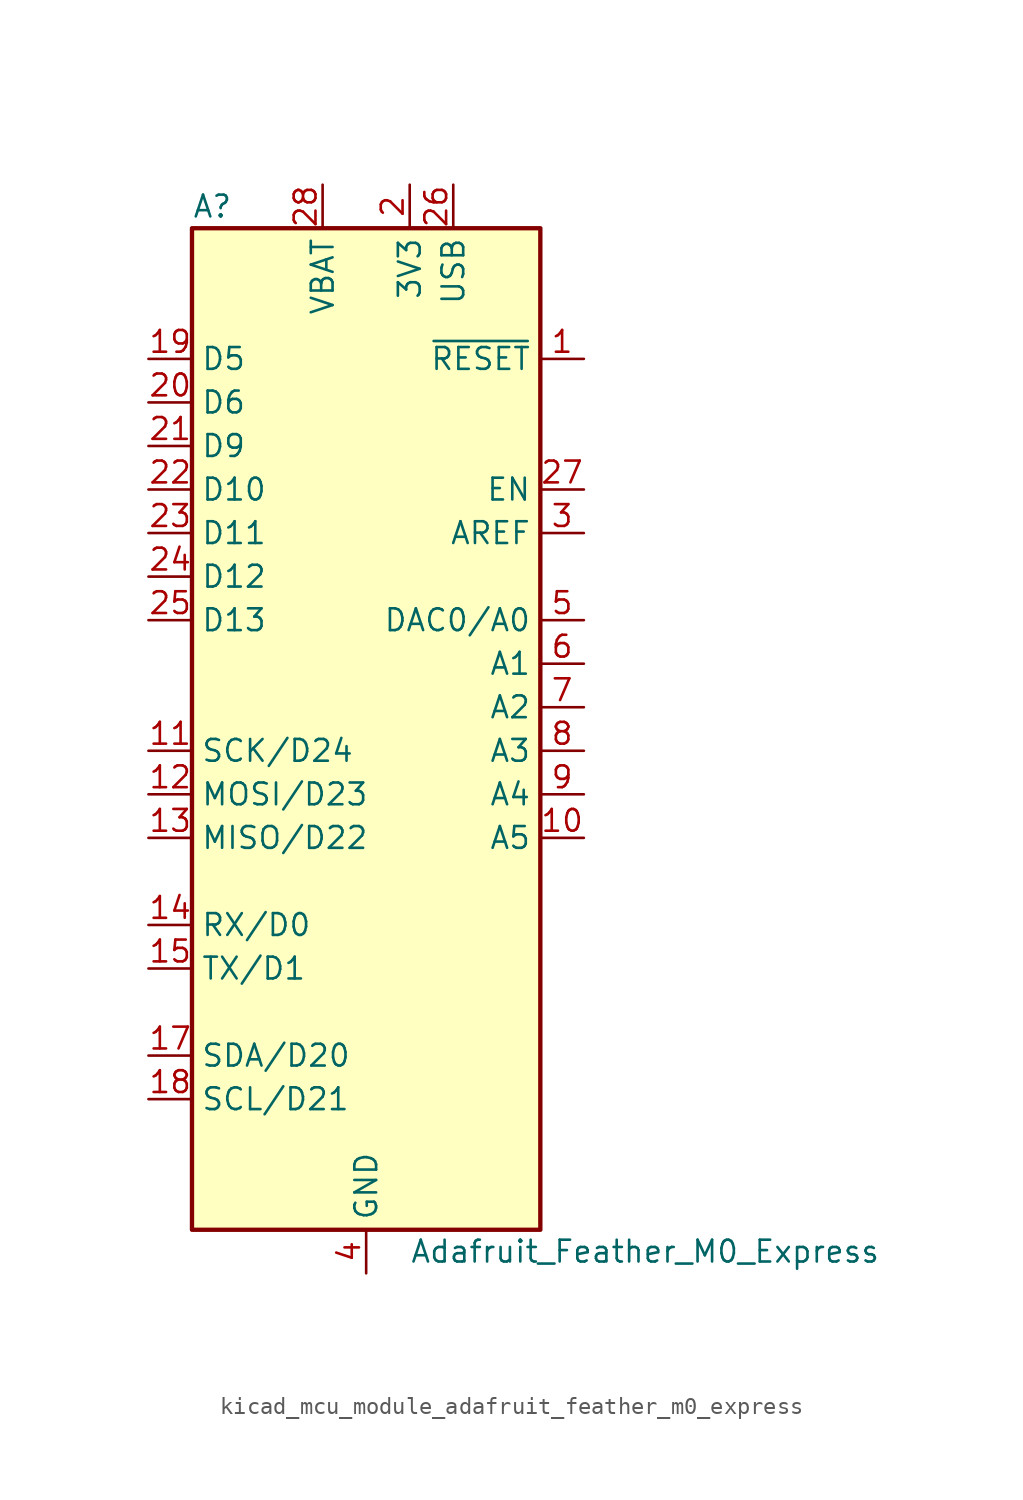
<source format=kicad_sym>
(kicad_symbol_lib
  (version 20220914)
  (generator kicad_symbol_editor)
  (symbol "kicad_mcu_module_adafruit_feather_m0_express"
    (property "Reference" "A"
      (at -10.16 29.21 0)
      (effects (font (size 1.27 1.27)) (justify left)))
    (property "Value" "Adafruit_Feather_M0_Express"
      (at 2.54 -31.75 0)
      (effects (font (size 1.27 1.27)) (justify left)))
    (symbol "kicad_mcu_module_adafruit_feather_m0_express_0_1"
      (rectangle (start -10.16 27.94) (end 10.16 -30.48) (stroke (width 0.254) (type default)) (fill (type background))))
    (symbol "kicad_mcu_module_adafruit_feather_m0_express_1_1"
      (pin input line (at 12.7 20.32 180) (length 2.54) (name "~{RESET}" (effects (font (size 1.27 1.27)))) (number "1" (effects (font (size 1.27 1.27)))))
      (pin bidirectional line (at 12.7 -7.62 180) (length 2.54) (name "A5" (effects (font (size 1.27 1.27)))) (number "10" (effects (font (size 1.27 1.27)))))
      (pin bidirectional line (at -12.7 -2.54 0) (length 2.54) (name "SCK/D24" (effects (font (size 1.27 1.27)))) (number "11" (effects (font (size 1.27 1.27)))))
      (pin bidirectional line (at -12.7 -5.08 0) (length 2.54) (name "MOSI/D23" (effects (font (size 1.27 1.27)))) (number "12" (effects (font (size 1.27 1.27)))))
      (pin bidirectional line (at -12.7 -7.62 0) (length 2.54) (name "MISO/D22" (effects (font (size 1.27 1.27)))) (number "13" (effects (font (size 1.27 1.27)))))
      (pin bidirectional line (at -12.7 -12.7 0) (length 2.54) (name "RX/D0" (effects (font (size 1.27 1.27)))) (number "14" (effects (font (size 1.27 1.27)))))
      (pin bidirectional line (at -12.7 -15.24 0) (length 2.54) (name "TX/D1" (effects (font (size 1.27 1.27)))) (number "15" (effects (font (size 1.27 1.27)))))
      (pin passive line (at 0 -33.02 90) (length 2.54) hide (name "GND" (effects (font (size 1.27 1.27)))) (number "16" (effects (font (size 1.27 1.27)))))
      (pin bidirectional line (at -12.7 -20.32 0) (length 2.54) (name "SDA/D20" (effects (font (size 1.27 1.27)))) (number "17" (effects (font (size 1.27 1.27)))))
      (pin bidirectional line (at -12.7 -22.86 0) (length 2.54) (name "SCL/D21" (effects (font (size 1.27 1.27)))) (number "18" (effects (font (size 1.27 1.27)))))
      (pin bidirectional line (at -12.7 20.32 0) (length 2.54) (name "D5" (effects (font (size 1.27 1.27)))) (number "19" (effects (font (size 1.27 1.27)))))
      (pin power_in line (at 2.54 30.48 270) (length 2.54) (name "3V3" (effects (font (size 1.27 1.27)))) (number "2" (effects (font (size 1.27 1.27)))))
      (pin bidirectional line (at -12.7 17.78 0) (length 2.54) (name "D6" (effects (font (size 1.27 1.27)))) (number "20" (effects (font (size 1.27 1.27)))))
      (pin bidirectional line (at -12.7 15.24 0) (length 2.54) (name "D9" (effects (font (size 1.27 1.27)))) (number "21" (effects (font (size 1.27 1.27)))))
      (pin bidirectional line (at -12.7 12.7 0) (length 2.54) (name "D10" (effects (font (size 1.27 1.27)))) (number "22" (effects (font (size 1.27 1.27)))))
      (pin bidirectional line (at -12.7 10.16 0) (length 2.54) (name "D11" (effects (font (size 1.27 1.27)))) (number "23" (effects (font (size 1.27 1.27)))))
      (pin bidirectional line (at -12.7 7.62 0) (length 2.54) (name "D12" (effects (font (size 1.27 1.27)))) (number "24" (effects (font (size 1.27 1.27)))))
      (pin bidirectional line (at -12.7 5.08 0) (length 2.54) (name "D13" (effects (font (size 1.27 1.27)))) (number "25" (effects (font (size 1.27 1.27)))))
      (pin power_in line (at 5.08 30.48 270) (length 2.54) (name "USB" (effects (font (size 1.27 1.27)))) (number "26" (effects (font (size 1.27 1.27)))))
      (pin input line (at 12.7 12.7 180) (length 2.54) (name "EN" (effects (font (size 1.27 1.27)))) (number "27" (effects (font (size 1.27 1.27)))))
      (pin power_in line (at -2.54 30.48 270) (length 2.54) (name "VBAT" (effects (font (size 1.27 1.27)))) (number "28" (effects (font (size 1.27 1.27)))))
      (pin input line (at 12.7 10.16 180) (length 2.54) (name "AREF" (effects (font (size 1.27 1.27)))) (number "3" (effects (font (size 1.27 1.27)))))
      (pin power_in line (at 0 -33.02 90) (length 2.54) (name "GND" (effects (font (size 1.27 1.27)))) (number "4" (effects (font (size 1.27 1.27)))))
      (pin bidirectional line (at 12.7 5.08 180) (length 2.54) (name "DAC0/A0" (effects (font (size 1.27 1.27)))) (number "5" (effects (font (size 1.27 1.27)))))
      (pin bidirectional line (at 12.7 2.54 180) (length 2.54) (name "A1" (effects (font (size 1.27 1.27)))) (number "6" (effects (font (size 1.27 1.27)))))
      (pin bidirectional line (at 12.7 0 180) (length 2.54) (name "A2" (effects (font (size 1.27 1.27)))) (number "7" (effects (font (size 1.27 1.27)))))
      (pin bidirectional line (at 12.7 -2.54 180) (length 2.54) (name "A3" (effects (font (size 1.27 1.27)))) (number "8" (effects (font (size 1.27 1.27)))))
      (pin bidirectional line (at 12.7 -5.08 180) (length 2.54) (name "A4" (effects (font (size 1.27 1.27)))) (number "9" (effects (font (size 1.27 1.27))))))))
</source>
